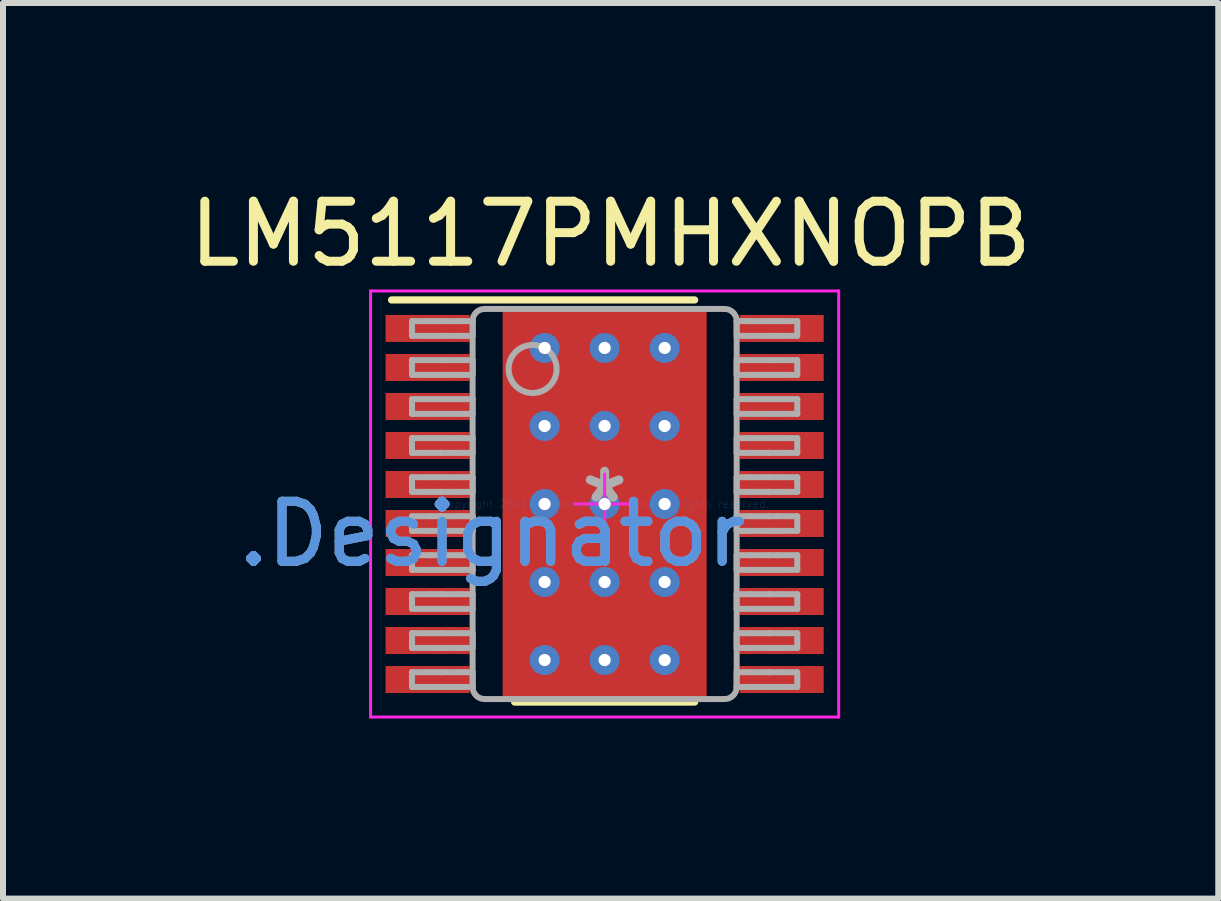
<source format=kicad_pcb>
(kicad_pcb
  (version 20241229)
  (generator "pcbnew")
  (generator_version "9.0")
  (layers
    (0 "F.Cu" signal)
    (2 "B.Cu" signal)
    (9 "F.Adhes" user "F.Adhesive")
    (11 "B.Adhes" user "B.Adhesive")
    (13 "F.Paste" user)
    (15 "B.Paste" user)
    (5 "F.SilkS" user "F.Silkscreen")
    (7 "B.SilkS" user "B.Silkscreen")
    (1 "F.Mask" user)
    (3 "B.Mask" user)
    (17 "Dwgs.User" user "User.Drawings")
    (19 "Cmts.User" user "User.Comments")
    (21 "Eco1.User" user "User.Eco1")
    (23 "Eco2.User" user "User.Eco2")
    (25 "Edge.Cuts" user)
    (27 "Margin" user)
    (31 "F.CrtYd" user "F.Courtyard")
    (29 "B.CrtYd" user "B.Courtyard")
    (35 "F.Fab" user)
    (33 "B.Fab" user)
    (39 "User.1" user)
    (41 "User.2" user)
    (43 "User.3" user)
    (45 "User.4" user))
  (footprint "LM5117PMHXNOPB"
    (layer "F.Cu")
    (at 7.025 5.348)
    (property "Reference" "LM5117PMHXNOPB" (at 0.1 -4.5 0) (layer "F.SilkS") (effects (font (size 1 1) (thickness 0.15))))
    (attr through_hole)
    (fp_poly (pts (xy -1.575 2.128) (xy -1.575 -2.128) (xy -1.574 -2.137) (xy -1.571 -2.146) (xy -1.567 -2.154) (xy -1.561 -2.161) (xy -1.554 -2.167) (xy -1.546 -2.171) (xy -1.537 -2.174) (xy -1.528 -2.175) (xy 1.528 -2.175) (xy 1.537 -2.174) (xy 1.546 -2.171) (xy 1.554 -2.167) (xy 1.561 -2.161) (xy 1.567 -2.154) (xy 1.571 -2.146) (xy 1.574 -2.137) (xy 1.575 -2.128) (xy 1.575 2.128) (xy 1.574 2.137) (xy 1.571 2.146) (xy 1.567 2.154) (xy 1.561 2.161) (xy 1.554 2.167) (xy 1.546 2.171) (xy 1.537 2.174) (xy 1.528 2.175) (xy -1.528 2.175) (xy -1.537 2.174) (xy -1.546 2.171) (xy -1.554 2.167) (xy -1.561 2.161) (xy -1.567 2.154) (xy -1.571 2.146) (xy -1.574 2.137)) (stroke (width 0.1) (type solid)) (fill yes) (layer "F.Mask"))
    (fp_line (start -3.55 -3.4) (end 1.5 -3.4) (stroke (width 0.12) (type solid)) (layer "F.SilkS"))
    (fp_line (start -1.5 3.3) (end 1.5 3.3) (stroke (width 0.12) (type solid)) (layer "F.SilkS"))
    (fp_poly (pts (xy -1.575 2.128) (xy -1.575 -2.128) (xy -1.574 -2.137) (xy -1.571 -2.146) (xy -1.567 -2.154) (xy -1.561 -2.161) (xy -1.554 -2.167) (xy -1.546 -2.171) (xy -1.537 -2.174) (xy -1.528 -2.175) (xy 1.528 -2.175) (xy 1.537 -2.174) (xy 1.546 -2.171) (xy 1.554 -2.167) (xy 1.561 -2.161) (xy 1.567 -2.154) (xy 1.571 -2.146) (xy 1.574 -2.137) (xy 1.575 -2.128) (xy 1.575 2.128) (xy 1.574 2.137) (xy 1.571 2.146) (xy 1.567 2.154) (xy 1.561 2.161) (xy 1.554 2.167) (xy 1.546 2.171) (xy 1.537 2.174) (xy 1.528 2.175) (xy -1.528 2.175) (xy -1.537 2.174) (xy -1.546 2.171) (xy -1.554 2.167) (xy -1.561 2.161) (xy -1.567 2.154) (xy -1.571 2.146) (xy -1.574 2.137)) (stroke (width 0.1) (type solid)) (fill yes) (layer "F.Paste"))
    (fp_line (start -3.9 -3.55) (end 3.9 -3.55) (stroke (width 0.05) (type solid)) (layer "F.CrtYd"))
    (fp_line (start -3.9 3.55) (end -3.9 -3.55) (stroke (width 0.05) (type solid)) (layer "F.CrtYd"))
    (fp_line (start -3.9 3.55) (end 3.9 3.55) (stroke (width 0.05) (type solid)) (layer "F.CrtYd"))
    (fp_line (start -0.5 0.000003) (end 0.5 0.000003) (stroke (width 0.05) (type solid)) (layer "F.CrtYd"))
    (fp_line (start 0 0.5) (end 0 -0.5) (stroke (width 0.05) (type solid)) (layer "F.CrtYd"))
    (fp_line (start 3.9 3.55) (end 3.9 -3.55) (stroke (width 0.05) (type solid)) (layer "F.CrtYd"))
    (fp_line (start -3.21 -3.047) (end -2.887 -3.047) (stroke (width 0.1) (type solid)) (layer "F.Fab"))
    (fp_line (start -3.21 -2.802) (end -3.21 -3.047) (stroke (width 0.1) (type solid)) (layer "F.Fab"))
    (fp_line (start -3.21 -2.802) (end -2.887 -2.802) (stroke (width 0.1) (type solid)) (layer "F.Fab"))
    (fp_line (start -3.21 -2.397) (end -2.887 -2.397) (stroke (width 0.1) (type solid)) (layer "F.Fab"))
    (fp_line (start -3.21 -2.152) (end -3.21 -2.397) (stroke (width 0.1) (type solid)) (layer "F.Fab"))
    (fp_line (start -3.21 -2.152) (end -2.887 -2.152) (stroke (width 0.1) (type solid)) (layer "F.Fab"))
    (fp_line (start -3.21 -1.747) (end -2.887 -1.747) (stroke (width 0.1) (type solid)) (layer "F.Fab"))
    (fp_line (start -3.21 -1.502) (end -3.21 -1.747) (stroke (width 0.1) (type solid)) (layer "F.Fab"))
    (fp_line (start -3.21 -1.502) (end -2.887 -1.502) (stroke (width 0.1) (type solid)) (layer "F.Fab"))
    (fp_line (start -3.21 -1.097) (end -2.887 -1.097) (stroke (width 0.1) (type solid)) (layer "F.Fab"))
    (fp_line (start -3.21 -0.852) (end -3.21 -1.097) (stroke (width 0.1) (type solid)) (layer "F.Fab"))
    (fp_line (start -3.21 -0.852) (end -2.887 -0.852) (stroke (width 0.1) (type solid)) (layer "F.Fab"))
    (fp_line (start -3.21 -0.447) (end -2.887 -0.447) (stroke (width 0.1) (type solid)) (layer "F.Fab"))
    (fp_line (start -3.21 -0.202) (end -3.21 -0.447) (stroke (width 0.1) (type solid)) (layer "F.Fab"))
    (fp_line (start -3.21 -0.202) (end -2.887 -0.202) (stroke (width 0.1) (type solid)) (layer "F.Fab"))
    (fp_line (start -3.21 0.203) (end -2.887 0.203) (stroke (width 0.1) (type solid)) (layer "F.Fab"))
    (fp_line (start -3.21 0.448) (end -3.21 0.203) (stroke (width 0.1) (type solid)) (layer "F.Fab"))
    (fp_line (start -3.21 0.448) (end -2.887 0.448) (stroke (width 0.1) (type solid)) (layer "F.Fab"))
    (fp_line (start -3.21 0.853) (end -2.887 0.853) (stroke (width 0.1) (type solid)) (layer "F.Fab"))
    (fp_line (start -3.21 1.098) (end -3.21 0.853) (stroke (width 0.1) (type solid)) (layer "F.Fab"))
    (fp_line (start -3.21 1.098) (end -2.887 1.098) (stroke (width 0.1) (type solid)) (layer "F.Fab"))
    (fp_line (start -3.21 1.503) (end -2.887 1.503) (stroke (width 0.1) (type solid)) (layer "F.Fab"))
    (fp_line (start -3.21 1.748) (end -3.21 1.503) (stroke (width 0.1) (type solid)) (layer "F.Fab"))
    (fp_line (start -3.21 1.748) (end -2.887 1.748) (stroke (width 0.1) (type solid)) (layer "F.Fab"))
    (fp_line (start -3.21 2.153) (end -2.887 2.153) (stroke (width 0.1) (type solid)) (layer "F.Fab"))
    (fp_line (start -3.21 2.398) (end -3.21 2.153) (stroke (width 0.1) (type solid)) (layer "F.Fab"))
    (fp_line (start -3.21 2.398) (end -2.887 2.398) (stroke (width 0.1) (type solid)) (layer "F.Fab"))
    (fp_line (start -3.21 2.803) (end -2.887 2.803) (stroke (width 0.1) (type solid)) (layer "F.Fab"))
    (fp_line (start -3.21 3.048) (end -3.21 2.803) (stroke (width 0.1) (type solid)) (layer "F.Fab"))
    (fp_line (start -3.21 3.048) (end -2.887 3.048) (stroke (width 0.1) (type solid)) (layer "F.Fab"))
    (fp_line (start -2.887 -3.047) (end -2.739 -3.047) (stroke (width 0.1) (type solid)) (layer "F.Fab"))
    (fp_line (start -2.887 -2.802) (end -2.739 -2.802) (stroke (width 0.1) (type solid)) (layer "F.Fab"))
    (fp_line (start -2.887 -2.397) (end -2.739 -2.397) (stroke (width 0.1) (type solid)) (layer "F.Fab"))
    (fp_line (start -2.887 -2.152) (end -2.739 -2.152) (stroke (width 0.1) (type solid)) (layer "F.Fab"))
    (fp_line (start -2.887 -1.747) (end -2.739 -1.747) (stroke (width 0.1) (type solid)) (layer "F.Fab"))
    (fp_line (start -2.887 -1.502) (end -2.739 -1.502) (stroke (width 0.1) (type solid)) (layer "F.Fab"))
    (fp_line (start -2.887 -1.097) (end -2.739 -1.097) (stroke (width 0.1) (type solid)) (layer "F.Fab"))
    (fp_line (start -2.887 -0.852) (end -2.739 -0.852) (stroke (width 0.1) (type solid)) (layer "F.Fab"))
    (fp_line (start -2.887 -0.447) (end -2.739 -0.447) (stroke (width 0.1) (type solid)) (layer "F.Fab"))
    (fp_line (start -2.887 -0.202) (end -2.739 -0.202) (stroke (width 0.1) (type solid)) (layer "F.Fab"))
    (fp_line (start -2.887 0.203) (end -2.739 0.203) (stroke (width 0.1) (type solid)) (layer "F.Fab"))
    (fp_line (start -2.887 0.448) (end -2.739 0.448) (stroke (width 0.1) (type solid)) (layer "F.Fab"))
    (fp_line (start -2.887 0.853) (end -2.739 0.853) (stroke (width 0.1) (type solid)) (layer "F.Fab"))
    (fp_line (start -2.887 1.098) (end -2.739 1.098) (stroke (width 0.1) (type solid)) (layer "F.Fab"))
    (fp_line (start -2.887 1.503) (end -2.739 1.503) (stroke (width 0.1) (type solid)) (layer "F.Fab"))
    (fp_line (start -2.887 1.748) (end -2.739 1.748) (stroke (width 0.1) (type solid)) (layer "F.Fab"))
    (fp_line (start -2.887 2.153) (end -2.739 2.153) (stroke (width 0.1) (type solid)) (layer "F.Fab"))
    (fp_line (start -2.887 2.398) (end -2.739 2.398) (stroke (width 0.1) (type solid)) (layer "F.Fab"))
    (fp_line (start -2.887 2.803) (end -2.739 2.803) (stroke (width 0.1) (type solid)) (layer "F.Fab"))
    (fp_line (start -2.887 3.048) (end -2.739 3.048) (stroke (width 0.1) (type solid)) (layer "F.Fab"))
    (fp_line (start -2.739 -3.047) (end -2.733 -3.047) (stroke (width 0.1) (type solid)) (layer "F.Fab"))
    (fp_line (start -2.739 -2.802) (end -2.733 -2.802) (stroke (width 0.1) (type solid)) (layer "F.Fab"))
    (fp_line (start -2.739 -2.397) (end -2.733 -2.397) (stroke (width 0.1) (type solid)) (layer "F.Fab"))
    (fp_line (start -2.739 -2.152) (end -2.733 -2.152) (stroke (width 0.1) (type solid)) (layer "F.Fab"))
    (fp_line (start -2.739 -1.747) (end -2.733 -1.747) (stroke (width 0.1) (type solid)) (layer "F.Fab"))
    (fp_line (start -2.739 -1.502) (end -2.733 -1.502) (stroke (width 0.1) (type solid)) (layer "F.Fab"))
    (fp_line (start -2.739 -1.097) (end -2.733 -1.097) (stroke (width 0.1) (type solid)) (layer "F.Fab"))
    (fp_line (start -2.739 -0.852) (end -2.733 -0.852) (stroke (width 0.1) (type solid)) (layer "F.Fab"))
    (fp_line (start -2.739 -0.447) (end -2.733 -0.447) (stroke (width 0.1) (type solid)) (layer "F.Fab"))
    (fp_line (start -2.739 -0.202) (end -2.733 -0.202) (stroke (width 0.1) (type solid)) (layer "F.Fab"))
    (fp_line (start -2.739 0.203) (end -2.733 0.203) (stroke (width 0.1) (type solid)) (layer "F.Fab"))
    (fp_line (start -2.739 0.448) (end -2.733 0.448) (stroke (width 0.1) (type solid)) (layer "F.Fab"))
    (fp_line (start -2.739 0.853) (end -2.733 0.853) (stroke (width 0.1) (type solid)) (layer "F.Fab"))
    (fp_line (start -2.739 1.098) (end -2.733 1.098) (stroke (width 0.1) (type solid)) (layer "F.Fab"))
    (fp_line (start -2.739 1.503) (end -2.733 1.503) (stroke (width 0.1) (type solid)) (layer "F.Fab"))
    (fp_line (start -2.739 1.748) (end -2.733 1.748) (stroke (width 0.1) (type solid)) (layer "F.Fab"))
    (fp_line (start -2.739 2.153) (end -2.733 2.153) (stroke (width 0.1) (type solid)) (layer "F.Fab"))
    (fp_line (start -2.739 2.398) (end -2.733 2.398) (stroke (width 0.1) (type solid)) (layer "F.Fab"))
    (fp_line (start -2.739 2.803) (end -2.733 2.803) (stroke (width 0.1) (type solid)) (layer "F.Fab"))
    (fp_line (start -2.739 3.048) (end -2.733 3.048) (stroke (width 0.1) (type solid)) (layer "F.Fab"))
    (fp_line (start -2.733 -3.047) (end -2.431 -3.047) (stroke (width 0.1) (type solid)) (layer "F.Fab"))
    (fp_line (start -2.733 -2.802) (end -2.431 -2.802) (stroke (width 0.1) (type solid)) (layer "F.Fab"))
    (fp_line (start -2.733 -2.397) (end -2.431 -2.397) (stroke (width 0.1) (type solid)) (layer "F.Fab"))
    (fp_line (start -2.733 -2.152) (end -2.431 -2.152) (stroke (width 0.1) (type solid)) (layer "F.Fab"))
    (fp_line (start -2.733 -1.747) (end -2.431 -1.747) (stroke (width 0.1) (type solid)) (layer "F.Fab"))
    (fp_line (start -2.733 -1.502) (end -2.431 -1.502) (stroke (width 0.1) (type solid)) (layer "F.Fab"))
    (fp_line (start -2.733 -1.097) (end -2.431 -1.097) (stroke (width 0.1) (type solid)) (layer "F.Fab"))
    (fp_line (start -2.733 -0.852) (end -2.431 -0.852) (stroke (width 0.1) (type solid)) (layer "F.Fab"))
    (fp_line (start -2.733 -0.447) (end -2.431 -0.447) (stroke (width 0.1) (type solid)) (layer "F.Fab"))
    (fp_line (start -2.733 -0.202) (end -2.431 -0.202) (stroke (width 0.1) (type solid)) (layer "F.Fab"))
    (fp_line (start -2.733 0.203) (end -2.431 0.203) (stroke (width 0.1) (type solid)) (layer "F.Fab"))
    (fp_line (start -2.733 0.448) (end -2.431 0.448) (stroke (width 0.1) (type solid)) (layer "F.Fab"))
    (fp_line (start -2.733 0.853) (end -2.431 0.853) (stroke (width 0.1) (type solid)) (layer "F.Fab"))
    (fp_line (start -2.733 1.098) (end -2.431 1.098) (stroke (width 0.1) (type solid)) (layer "F.Fab"))
    (fp_line (start -2.733 1.503) (end -2.431 1.503) (stroke (width 0.1) (type solid)) (layer "F.Fab"))
    (fp_line (start -2.733 1.748) (end -2.431 1.748) (stroke (width 0.1) (type solid)) (layer "F.Fab"))
    (fp_line (start -2.733 2.153) (end -2.431 2.153) (stroke (width 0.1) (type solid)) (layer "F.Fab"))
    (fp_line (start -2.733 2.398) (end -2.431 2.398) (stroke (width 0.1) (type solid)) (layer "F.Fab"))
    (fp_line (start -2.733 2.803) (end -2.431 2.803) (stroke (width 0.1) (type solid)) (layer "F.Fab"))
    (fp_line (start -2.733 3.048) (end -2.431 3.048) (stroke (width 0.1) (type solid)) (layer "F.Fab"))
    (fp_line (start -2.431 -3.047) (end -2.2 -3.047) (stroke (width 0.1) (type solid)) (layer "F.Fab"))
    (fp_line (start -2.431 -2.802) (end -2.2 -2.802) (stroke (width 0.1) (type solid)) (layer "F.Fab"))
    (fp_line (start -2.431 -2.397) (end -2.2 -2.397) (stroke (width 0.1) (type solid)) (layer "F.Fab"))
    (fp_line (start -2.431 -2.152) (end -2.2 -2.152) (stroke (width 0.1) (type solid)) (layer "F.Fab"))
    (fp_line (start -2.431 -1.747) (end -2.2 -1.747) (stroke (width 0.1) (type solid)) (layer "F.Fab"))
    (fp_line (start -2.431 -1.502) (end -2.2 -1.502) (stroke (width 0.1) (type solid)) (layer "F.Fab"))
    (fp_line (start -2.431 -1.097) (end -2.2 -1.097) (stroke (width 0.1) (type solid)) (layer "F.Fab"))
    (fp_line (start -2.431 -0.852) (end -2.2 -0.852) (stroke (width 0.1) (type solid)) (layer "F.Fab"))
    (fp_line (start -2.431 -0.447) (end -2.2 -0.447) (stroke (width 0.1) (type solid)) (layer "F.Fab"))
    (fp_line (start -2.431 -0.202) (end -2.2 -0.202) (stroke (width 0.1) (type solid)) (layer "F.Fab"))
    (fp_line (start -2.431 0.203) (end -2.2 0.203) (stroke (width 0.1) (type solid)) (layer "F.Fab"))
    (fp_line (start -2.431 0.448) (end -2.2 0.448) (stroke (width 0.1) (type solid)) (layer "F.Fab"))
    (fp_line (start -2.431 0.853) (end -2.2 0.853) (stroke (width 0.1) (type solid)) (layer "F.Fab"))
    (fp_line (start -2.431 1.098) (end -2.2 1.098) (stroke (width 0.1) (type solid)) (layer "F.Fab"))
    (fp_line (start -2.431 1.503) (end -2.2 1.503) (stroke (width 0.1) (type solid)) (layer "F.Fab"))
    (fp_line (start -2.431 1.748) (end -2.2 1.748) (stroke (width 0.1) (type solid)) (layer "F.Fab"))
    (fp_line (start -2.431 2.153) (end -2.2 2.153) (stroke (width 0.1) (type solid)) (layer "F.Fab"))
    (fp_line (start -2.431 2.398) (end -2.2 2.398) (stroke (width 0.1) (type solid)) (layer "F.Fab"))
    (fp_line (start -2.431 2.803) (end -2.2 2.803) (stroke (width 0.1) (type solid)) (layer "F.Fab"))
    (fp_line (start -2.431 3.048) (end -2.2 3.048) (stroke (width 0.1) (type solid)) (layer "F.Fab"))
    (fp_line (start -2.2 -2.802) (end -2.2 -3.047) (stroke (width 0.1) (type solid)) (layer "F.Fab"))
    (fp_line (start -2.2 -2.152) (end -2.2 -2.397) (stroke (width 0.1) (type solid)) (layer "F.Fab"))
    (fp_line (start -2.2 -1.502) (end -2.2 -1.747) (stroke (width 0.1) (type solid)) (layer "F.Fab"))
    (fp_line (start -2.2 -0.852) (end -2.2 -1.097) (stroke (width 0.1) (type solid)) (layer "F.Fab"))
    (fp_line (start -2.2 -0.202) (end -2.2 -0.447) (stroke (width 0.1) (type solid)) (layer "F.Fab"))
    (fp_line (start -2.2 0.448) (end -2.2 0.203) (stroke (width 0.1) (type solid)) (layer "F.Fab"))
    (fp_line (start -2.2 1.098) (end -2.2 0.853) (stroke (width 0.1) (type solid)) (layer "F.Fab"))
    (fp_line (start -2.2 1.748) (end -2.2 1.503) (stroke (width 0.1) (type solid)) (layer "F.Fab"))
    (fp_line (start -2.2 2.398) (end -2.2 2.153) (stroke (width 0.1) (type solid)) (layer "F.Fab"))
    (fp_line (start -2.2 3.048) (end -2.2 2.803) (stroke (width 0.1) (type solid)) (layer "F.Fab"))
    (fp_line (start -2.2 3.05) (end -2.2 -3.05) (stroke (width 0.1) (type solid)) (layer "F.Fab"))
    (fp_line (start -2 -3.25) (end 2 -3.25) (stroke (width 0.1) (type solid)) (layer "F.Fab"))
    (fp_line (start -2 3.25) (end 2 3.25) (stroke (width 0.1) (type solid)) (layer "F.Fab"))
    (fp_line (start 2.2 -3.047) (end 2.43 -3.047) (stroke (width 0.1) (type solid)) (layer "F.Fab"))
    (fp_line (start 2.2 -2.802) (end 2.2 -3.047) (stroke (width 0.1) (type solid)) (layer "F.Fab"))
    (fp_line (start 2.2 -2.802) (end 2.43 -2.802) (stroke (width 0.1) (type solid)) (layer "F.Fab"))
    (fp_line (start 2.2 -2.397) (end 2.43 -2.397) (stroke (width 0.1) (type solid)) (layer "F.Fab"))
    (fp_line (start 2.2 -2.152) (end 2.2 -2.397) (stroke (width 0.1) (type solid)) (layer "F.Fab"))
    (fp_line (start 2.2 -2.152) (end 2.43 -2.152) (stroke (width 0.1) (type solid)) (layer "F.Fab"))
    (fp_line (start 2.2 -1.747) (end 2.43 -1.747) (stroke (width 0.1) (type solid)) (layer "F.Fab"))
    (fp_line (start 2.2 -1.502) (end 2.2 -1.747) (stroke (width 0.1) (type solid)) (layer "F.Fab"))
    (fp_line (start 2.2 -1.502) (end 2.43 -1.502) (stroke (width 0.1) (type solid)) (layer "F.Fab"))
    (fp_line (start 2.2 -1.097) (end 2.43 -1.097) (stroke (width 0.1) (type solid)) (layer "F.Fab"))
    (fp_line (start 2.2 -0.852) (end 2.2 -1.097) (stroke (width 0.1) (type solid)) (layer "F.Fab"))
    (fp_line (start 2.2 -0.852) (end 2.43 -0.852) (stroke (width 0.1) (type solid)) (layer "F.Fab"))
    (fp_line (start 2.2 -0.447) (end 2.43 -0.447) (stroke (width 0.1) (type solid)) (layer "F.Fab"))
    (fp_line (start 2.2 -0.202) (end 2.2 -0.447) (stroke (width 0.1) (type solid)) (layer "F.Fab"))
    (fp_line (start 2.2 -0.202) (end 2.43 -0.202) (stroke (width 0.1) (type solid)) (layer "F.Fab"))
    (fp_line (start 2.2 0.203) (end 2.43 0.203) (stroke (width 0.1) (type solid)) (layer "F.Fab"))
    (fp_line (start 2.2 0.448) (end 2.2 0.203) (stroke (width 0.1) (type solid)) (layer "F.Fab"))
    (fp_line (start 2.2 0.448) (end 2.43 0.448) (stroke (width 0.1) (type solid)) (layer "F.Fab"))
    (fp_line (start 2.2 0.853) (end 2.43 0.853) (stroke (width 0.1) (type solid)) (layer "F.Fab"))
    (fp_line (start 2.2 1.098) (end 2.2 0.853) (stroke (width 0.1) (type solid)) (layer "F.Fab"))
    (fp_line (start 2.2 1.098) (end 2.43 1.098) (stroke (width 0.1) (type solid)) (layer "F.Fab"))
    (fp_line (start 2.2 1.503) (end 2.43 1.503) (stroke (width 0.1) (type solid)) (layer "F.Fab"))
    (fp_line (start 2.2 1.748) (end 2.2 1.503) (stroke (width 0.1) (type solid)) (layer "F.Fab"))
    (fp_line (start 2.2 1.748) (end 2.43 1.748) (stroke (width 0.1) (type solid)) (layer "F.Fab"))
    (fp_line (start 2.2 2.153) (end 2.43 2.153) (stroke (width 0.1) (type solid)) (layer "F.Fab"))
    (fp_line (start 2.2 2.398) (end 2.2 2.153) (stroke (width 0.1) (type solid)) (layer "F.Fab"))
    (fp_line (start 2.2 2.398) (end 2.43 2.398) (stroke (width 0.1) (type solid)) (layer "F.Fab"))
    (fp_line (start 2.2 2.803) (end 2.43 2.803) (stroke (width 0.1) (type solid)) (layer "F.Fab"))
    (fp_line (start 2.2 3.048) (end 2.2 2.803) (stroke (width 0.1) (type solid)) (layer "F.Fab"))
    (fp_line (start 2.2 3.048) (end 2.43 3.048) (stroke (width 0.1) (type solid)) (layer "F.Fab"))
    (fp_line (start 2.2 3.05) (end 2.2 -3.05) (stroke (width 0.1) (type solid)) (layer "F.Fab"))
    (fp_line (start 2.43 -3.047) (end 2.733 -3.047) (stroke (width 0.1) (type solid)) (layer "F.Fab"))
    (fp_line (start 2.43 -2.802) (end 2.733 -2.802) (stroke (width 0.1) (type solid)) (layer "F.Fab"))
    (fp_line (start 2.43 -2.397) (end 2.733 -2.397) (stroke (width 0.1) (type solid)) (layer "F.Fab"))
    (fp_line (start 2.43 -2.152) (end 2.733 -2.152) (stroke (width 0.1) (type solid)) (layer "F.Fab"))
    (fp_line (start 2.43 -1.747) (end 2.733 -1.747) (stroke (width 0.1) (type solid)) (layer "F.Fab"))
    (fp_line (start 2.43 -1.502) (end 2.733 -1.502) (stroke (width 0.1) (type solid)) (layer "F.Fab"))
    (fp_line (start 2.43 -1.097) (end 2.733 -1.097) (stroke (width 0.1) (type solid)) (layer "F.Fab"))
    (fp_line (start 2.43 -0.852) (end 2.733 -0.852) (stroke (width 0.1) (type solid)) (layer "F.Fab"))
    (fp_line (start 2.43 -0.447) (end 2.733 -0.447) (stroke (width 0.1) (type solid)) (layer "F.Fab"))
    (fp_line (start 2.43 -0.202) (end 2.733 -0.202) (stroke (width 0.1) (type solid)) (layer "F.Fab"))
    (fp_line (start 2.43 0.203) (end 2.733 0.203) (stroke (width 0.1) (type solid)) (layer "F.Fab"))
    (fp_line (start 2.43 0.448) (end 2.733 0.448) (stroke (width 0.1) (type solid)) (layer "F.Fab"))
    (fp_line (start 2.43 0.853) (end 2.733 0.853) (stroke (width 0.1) (type solid)) (layer "F.Fab"))
    (fp_line (start 2.43 1.098) (end 2.733 1.098) (stroke (width 0.1) (type solid)) (layer "F.Fab"))
    (fp_line (start 2.43 1.503) (end 2.733 1.503) (stroke (width 0.1) (type solid)) (layer "F.Fab"))
    (fp_line (start 2.43 1.748) (end 2.733 1.748) (stroke (width 0.1) (type solid)) (layer "F.Fab"))
    (fp_line (start 2.43 2.153) (end 2.733 2.153) (stroke (width 0.1) (type solid)) (layer "F.Fab"))
    (fp_line (start 2.43 2.398) (end 2.733 2.398) (stroke (width 0.1) (type solid)) (layer "F.Fab"))
    (fp_line (start 2.43 2.803) (end 2.733 2.803) (stroke (width 0.1) (type solid)) (layer "F.Fab"))
    (fp_line (start 2.43 3.048) (end 2.733 3.048) (stroke (width 0.1) (type solid)) (layer "F.Fab"))
    (fp_line (start 2.733 -3.047) (end 2.739 -3.047) (stroke (width 0.1) (type solid)) (layer "F.Fab"))
    (fp_line (start 2.733 -2.802) (end 2.739 -2.802) (stroke (width 0.1) (type solid)) (layer "F.Fab"))
    (fp_line (start 2.733 -2.397) (end 2.739 -2.397) (stroke (width 0.1) (type solid)) (layer "F.Fab"))
    (fp_line (start 2.733 -2.152) (end 2.739 -2.152) (stroke (width 0.1) (type solid)) (layer "F.Fab"))
    (fp_line (start 2.733 -1.747) (end 2.739 -1.747) (stroke (width 0.1) (type solid)) (layer "F.Fab"))
    (fp_line (start 2.733 -1.502) (end 2.739 -1.502) (stroke (width 0.1) (type solid)) (layer "F.Fab"))
    (fp_line (start 2.733 -1.097) (end 2.739 -1.097) (stroke (width 0.1) (type solid)) (layer "F.Fab"))
    (fp_line (start 2.733 -0.852) (end 2.739 -0.852) (stroke (width 0.1) (type solid)) (layer "F.Fab"))
    (fp_line (start 2.733 -0.447) (end 2.739 -0.447) (stroke (width 0.1) (type solid)) (layer "F.Fab"))
    (fp_line (start 2.733 -0.202) (end 2.739 -0.202) (stroke (width 0.1) (type solid)) (layer "F.Fab"))
    (fp_line (start 2.733 0.203) (end 2.739 0.203) (stroke (width 0.1) (type solid)) (layer "F.Fab"))
    (fp_line (start 2.733 0.448) (end 2.739 0.448) (stroke (width 0.1) (type solid)) (layer "F.Fab"))
    (fp_line (start 2.733 0.853) (end 2.739 0.853) (stroke (width 0.1) (type solid)) (layer "F.Fab"))
    (fp_line (start 2.733 1.098) (end 2.739 1.098) (stroke (width 0.1) (type solid)) (layer "F.Fab"))
    (fp_line (start 2.733 1.503) (end 2.739 1.503) (stroke (width 0.1) (type solid)) (layer "F.Fab"))
    (fp_line (start 2.733 1.748) (end 2.739 1.748) (stroke (width 0.1) (type solid)) (layer "F.Fab"))
    (fp_line (start 2.733 2.153) (end 2.739 2.153) (stroke (width 0.1) (type solid)) (layer "F.Fab"))
    (fp_line (start 2.733 2.398) (end 2.739 2.398) (stroke (width 0.1) (type solid)) (layer "F.Fab"))
    (fp_line (start 2.733 2.803) (end 2.739 2.803) (stroke (width 0.1) (type solid)) (layer "F.Fab"))
    (fp_line (start 2.733 3.048) (end 2.739 3.048) (stroke (width 0.1) (type solid)) (layer "F.Fab"))
    (fp_line (start 2.739 -3.047) (end 2.887 -3.047) (stroke (width 0.1) (type solid)) (layer "F.Fab"))
    (fp_line (start 2.739 -2.802) (end 2.887 -2.802) (stroke (width 0.1) (type solid)) (layer "F.Fab"))
    (fp_line (start 2.739 -2.397) (end 2.887 -2.397) (stroke (width 0.1) (type solid)) (layer "F.Fab"))
    (fp_line (start 2.739 -2.152) (end 2.887 -2.152) (stroke (width 0.1) (type solid)) (layer "F.Fab"))
    (fp_line (start 2.739 -1.747) (end 2.887 -1.747) (stroke (width 0.1) (type solid)) (layer "F.Fab"))
    (fp_line (start 2.739 -1.502) (end 2.887 -1.502) (stroke (width 0.1) (type solid)) (layer "F.Fab"))
    (fp_line (start 2.739 -1.097) (end 2.887 -1.097) (stroke (width 0.1) (type solid)) (layer "F.Fab"))
    (fp_line (start 2.739 -0.852) (end 2.887 -0.852) (stroke (width 0.1) (type solid)) (layer "F.Fab"))
    (fp_line (start 2.739 -0.447) (end 2.887 -0.447) (stroke (width 0.1) (type solid)) (layer "F.Fab"))
    (fp_line (start 2.739 -0.202) (end 2.887 -0.202) (stroke (width 0.1) (type solid)) (layer "F.Fab"))
    (fp_line (start 2.739 0.203) (end 2.887 0.203) (stroke (width 0.1) (type solid)) (layer "F.Fab"))
    (fp_line (start 2.739 0.448) (end 2.887 0.448) (stroke (width 0.1) (type solid)) (layer "F.Fab"))
    (fp_line (start 2.739 0.853) (end 2.887 0.853) (stroke (width 0.1) (type solid)) (layer "F.Fab"))
    (fp_line (start 2.739 1.098) (end 2.887 1.098) (stroke (width 0.1) (type solid)) (layer "F.Fab"))
    (fp_line (start 2.739 1.503) (end 2.887 1.503) (stroke (width 0.1) (type solid)) (layer "F.Fab"))
    (fp_line (start 2.739 1.748) (end 2.887 1.748) (stroke (width 0.1) (type solid)) (layer "F.Fab"))
    (fp_line (start 2.739 2.153) (end 2.887 2.153) (stroke (width 0.1) (type solid)) (layer "F.Fab"))
    (fp_line (start 2.739 2.398) (end 2.887 2.398) (stroke (width 0.1) (type solid)) (layer "F.Fab"))
    (fp_line (start 2.739 2.803) (end 2.887 2.803) (stroke (width 0.1) (type solid)) (layer "F.Fab"))
    (fp_line (start 2.739 3.048) (end 2.887 3.048) (stroke (width 0.1) (type solid)) (layer "F.Fab"))
    (fp_line (start 2.887 -3.047) (end 3.21 -3.047) (stroke (width 0.1) (type solid)) (layer "F.Fab"))
    (fp_line (start 2.887 -2.802) (end 3.21 -2.802) (stroke (width 0.1) (type solid)) (layer "F.Fab"))
    (fp_line (start 2.887 -2.397) (end 3.21 -2.397) (stroke (width 0.1) (type solid)) (layer "F.Fab"))
    (fp_line (start 2.887 -2.152) (end 3.21 -2.152) (stroke (width 0.1) (type solid)) (layer "F.Fab"))
    (fp_line (start 2.887 -1.747) (end 3.21 -1.747) (stroke (width 0.1) (type solid)) (layer "F.Fab"))
    (fp_line (start 2.887 -1.502) (end 3.21 -1.502) (stroke (width 0.1) (type solid)) (layer "F.Fab"))
    (fp_line (start 2.887 -1.097) (end 3.21 -1.097) (stroke (width 0.1) (type solid)) (layer "F.Fab"))
    (fp_line (start 2.887 -0.852) (end 3.21 -0.852) (stroke (width 0.1) (type solid)) (layer "F.Fab"))
    (fp_line (start 2.887 -0.447) (end 3.21 -0.447) (stroke (width 0.1) (type solid)) (layer "F.Fab"))
    (fp_line (start 2.887 -0.202) (end 3.21 -0.202) (stroke (width 0.1) (type solid)) (layer "F.Fab"))
    (fp_line (start 2.887 0.203) (end 3.21 0.203) (stroke (width 0.1) (type solid)) (layer "F.Fab"))
    (fp_line (start 2.887 0.448) (end 3.21 0.448) (stroke (width 0.1) (type solid)) (layer "F.Fab"))
    (fp_line (start 2.887 0.853) (end 3.21 0.853) (stroke (width 0.1) (type solid)) (layer "F.Fab"))
    (fp_line (start 2.887 1.098) (end 3.21 1.098) (stroke (width 0.1) (type solid)) (layer "F.Fab"))
    (fp_line (start 2.887 1.503) (end 3.21 1.503) (stroke (width 0.1) (type solid)) (layer "F.Fab"))
    (fp_line (start 2.887 1.748) (end 3.21 1.748) (stroke (width 0.1) (type solid)) (layer "F.Fab"))
    (fp_line (start 2.887 2.153) (end 3.21 2.153) (stroke (width 0.1) (type solid)) (layer "F.Fab"))
    (fp_line (start 2.887 2.398) (end 3.21 2.398) (stroke (width 0.1) (type solid)) (layer "F.Fab"))
    (fp_line (start 2.887 2.803) (end 3.21 2.803) (stroke (width 0.1) (type solid)) (layer "F.Fab"))
    (fp_line (start 2.887 3.048) (end 3.21 3.048) (stroke (width 0.1) (type solid)) (layer "F.Fab"))
    (fp_line (start 3.21 -2.802) (end 3.21 -3.047) (stroke (width 0.1) (type solid)) (layer "F.Fab"))
    (fp_line (start 3.21 -2.152) (end 3.21 -2.397) (stroke (width 0.1) (type solid)) (layer "F.Fab"))
    (fp_line (start 3.21 -1.502) (end 3.21 -1.747) (stroke (width 0.1) (type solid)) (layer "F.Fab"))
    (fp_line (start 3.21 -0.852) (end 3.21 -1.097) (stroke (width 0.1) (type solid)) (layer "F.Fab"))
    (fp_line (start 3.21 -0.202) (end 3.21 -0.447) (stroke (width 0.1) (type solid)) (layer "F.Fab"))
    (fp_line (start 3.21 0.448) (end 3.21 0.203) (stroke (width 0.1) (type solid)) (layer "F.Fab"))
    (fp_line (start 3.21 1.098) (end 3.21 0.853) (stroke (width 0.1) (type solid)) (layer "F.Fab"))
    (fp_line (start 3.21 1.748) (end 3.21 1.503) (stroke (width 0.1) (type solid)) (layer "F.Fab"))
    (fp_line (start 3.21 2.398) (end 3.21 2.153) (stroke (width 0.1) (type solid)) (layer "F.Fab"))
    (fp_line (start 3.21 3.048) (end 3.21 2.803) (stroke (width 0.1) (type solid)) (layer "F.Fab"))
    (fp_arc (start -2.200001 -3.049986) (mid -2.141422 -3.191407) (end -2.000001 -3.249986) (stroke (width 0.1) (type solid)) (layer "F.Fab"))
    (fp_arc (start -2.000001 3.250002) (mid -2.141422 3.191423) (end -2.200001 3.050002) (stroke (width 0.1) (type solid)) (layer "F.Fab"))
    (fp_arc (start -1.200003 -2.649987) (mid -0.800004 -2.249988) (end -1.200003 -1.849989) (stroke (width 0.1) (type solid)) (layer "F.Fab"))
    (fp_arc (start -1.200003 -1.849989) (mid -1.600002 -2.249988) (end -1.200003 -2.649987) (stroke (width 0.1) (type solid)) (layer "F.Fab"))
    (fp_arc (start 1.999991 -3.249985) (mid 2.141412 -3.191407) (end 2.19999 -3.049986) (stroke (width 0.1) (type solid)) (layer "F.Fab"))
    (fp_arc (start 2.19999 3.050002) (mid 2.141412 3.191423) (end 1.999991 3.250001) (stroke (width 0.1) (type solid)) (layer "F.Fab"))
    (fp_text user ".Designator" (at -1.875 0.5 0) (layer "Cmts.User") (effects (font (size 1 1) (thickness 0.15))))
    (fp_text user "Copyright 2021 Accelerated Designs. All rights reserved." (at 0 0 0) (layer "Cmts.User") (effects (font (size 0.127 0.127) (thickness 0.002))))
    (fp_text user "*" (at 0 0 0) (layer "F.Fab") (effects (font (size 1 1) (thickness 0.15))))
    (fp_text user ".Designator" (at -1.875 0.5 0) (layer "F.Fab") (effects (font (size 1 1) (thickness 0.15))))
    (pad "1" smd rect (at -2.95 -2.925 90) (size 0.45 1.4) (layers "F.Cu" "F.Mask" "F.Paste"))
    (pad "2" smd rect (at -2.95 -2.275 90) (size 0.45 1.4) (layers "F.Cu" "F.Mask" "F.Paste"))
    (pad "3" smd rect (at -2.95 -1.625 90) (size 0.45 1.4) (layers "F.Cu" "F.Mask" "F.Paste"))
    (pad "4" smd rect (at -2.95 -0.975 90) (size 0.45 1.4) (layers "F.Cu" "F.Mask" "F.Paste"))
    (pad "5" smd rect (at -2.95 -0.325 90) (size 0.45 1.4) (layers "F.Cu" "F.Mask" "F.Paste"))
    (pad "6" smd rect (at -2.95 0.325 90) (size 0.45 1.4) (layers "F.Cu" "F.Mask" "F.Paste"))
    (pad "7" smd rect (at -2.95 0.975 90) (size 0.45 1.4) (layers "F.Cu" "F.Mask" "F.Paste"))
    (pad "8" smd rect (at -2.95 1.625 90) (size 0.45 1.4) (layers "F.Cu" "F.Mask" "F.Paste"))
    (pad "9" smd rect (at -2.95 2.275 90) (size 0.45 1.4) (layers "F.Cu" "F.Mask" "F.Paste"))
    (pad "10" smd rect (at -2.95 2.925 90) (size 0.45 1.4) (layers "F.Cu" "F.Mask" "F.Paste"))
    (pad "11" smd rect (at 2.95 2.925 90) (size 0.45 1.4) (layers "F.Cu" "F.Mask" "F.Paste"))
    (pad "12" smd rect (at 2.95 2.275 90) (size 0.45 1.4) (layers "F.Cu" "F.Mask" "F.Paste"))
    (pad "13" smd rect (at 2.95 1.625 90) (size 0.45 1.4) (layers "F.Cu" "F.Mask" "F.Paste"))
    (pad "14" smd rect (at 2.95 0.975 90) (size 0.45 1.4) (layers "F.Cu" "F.Mask" "F.Paste"))
    (pad "15" smd rect (at 2.95 0.325 90) (size 0.45 1.4) (layers "F.Cu" "F.Mask" "F.Paste"))
    (pad "16" smd rect (at 2.95 -0.325 90) (size 0.45 1.4) (layers "F.Cu" "F.Mask" "F.Paste"))
    (pad "17" smd rect (at 2.95 -0.975 90) (size 0.45 1.4) (layers "F.Cu" "F.Mask" "F.Paste"))
    (pad "18" smd rect (at 2.95 -1.625 90) (size 0.45 1.4) (layers "F.Cu" "F.Mask" "F.Paste"))
    (pad "19" smd rect (at 2.95 -2.275 90) (size 0.45 1.4) (layers "F.Cu" "F.Mask" "F.Paste"))
    (pad "20" smd rect (at 2.95 -2.925 90) (size 0.45 1.4) (layers "F.Cu" "F.Mask" "F.Paste"))
    (pad "21" smd rect (at 0 0) (size 3.4 6.5) (layers "F.Cu"))
    (pad "V" thru_hole circle (at -1 -2.6) (size 0.5 0.5) (drill 0.203) (layers "*.Cu" "*.Mask"))
    (pad "V" thru_hole circle (at -1 -1.3) (size 0.5 0.5) (drill 0.203) (layers "*.Cu" "*.Mask"))
    (pad "V" thru_hole circle (at -1 0) (size 0.5 0.5) (drill 0.203) (layers "*.Cu" "*.Mask"))
    (pad "V" thru_hole circle (at -1 1.3) (size 0.5 0.5) (drill 0.203) (layers "*.Cu" "*.Mask"))
    (pad "V" thru_hole circle (at -1 2.6) (size 0.5 0.5) (drill 0.203) (layers "*.Cu" "*.Mask"))
    (pad "V" thru_hole circle (at 0 -2.6) (size 0.5 0.5) (drill 0.203) (layers "*.Cu" "*.Mask"))
    (pad "V" thru_hole circle (at 0 -1.3) (size 0.5 0.5) (drill 0.203) (layers "*.Cu" "*.Mask"))
    (pad "V" thru_hole circle (at 0 0) (size 0.5 0.5) (drill 0.203) (layers "*.Cu" "*.Mask"))
    (pad "V" thru_hole circle (at 0 1.3) (size 0.5 0.5) (drill 0.203) (layers "*.Cu" "*.Mask"))
    (pad "V" thru_hole circle (at 0 2.6) (size 0.5 0.5) (drill 0.203) (layers "*.Cu" "*.Mask"))
    (pad "V" thru_hole circle (at 1 -2.6) (size 0.5 0.5) (drill 0.203) (layers "*.Cu" "*.Mask"))
    (pad "V" thru_hole circle (at 1 -1.3) (size 0.5 0.5) (drill 0.203) (layers "*.Cu" "*.Mask"))
    (pad "V" thru_hole circle (at 1 0) (size 0.5 0.5) (drill 0.203) (layers "*.Cu" "*.Mask"))
    (pad "V" thru_hole circle (at 1 1.3) (size 0.5 0.5) (drill 0.203) (layers "*.Cu" "*.Mask"))
    (pad "V" thru_hole circle (at 1 2.6) (size 0.5 0.5) (drill 0.203) (layers "*.Cu" "*.Mask")))
  (gr_rect
    (start -3 -3)
    (end 17.25 11.923)
    (stroke (width 0.1) (type default))
    (fill no)
    (layer "Edge.Cuts")))
</source>
